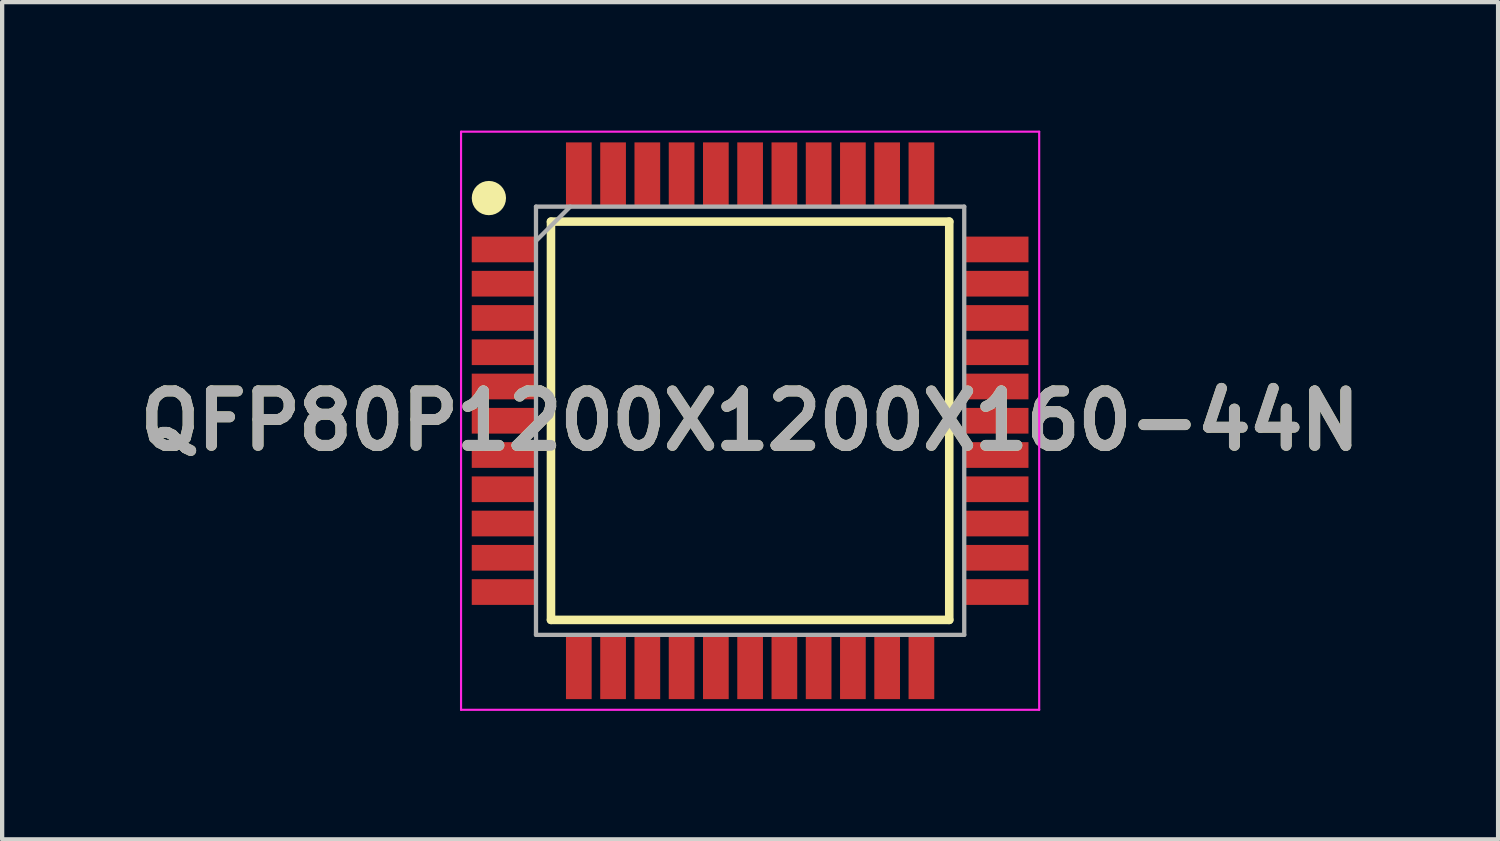
<source format=kicad_pcb>
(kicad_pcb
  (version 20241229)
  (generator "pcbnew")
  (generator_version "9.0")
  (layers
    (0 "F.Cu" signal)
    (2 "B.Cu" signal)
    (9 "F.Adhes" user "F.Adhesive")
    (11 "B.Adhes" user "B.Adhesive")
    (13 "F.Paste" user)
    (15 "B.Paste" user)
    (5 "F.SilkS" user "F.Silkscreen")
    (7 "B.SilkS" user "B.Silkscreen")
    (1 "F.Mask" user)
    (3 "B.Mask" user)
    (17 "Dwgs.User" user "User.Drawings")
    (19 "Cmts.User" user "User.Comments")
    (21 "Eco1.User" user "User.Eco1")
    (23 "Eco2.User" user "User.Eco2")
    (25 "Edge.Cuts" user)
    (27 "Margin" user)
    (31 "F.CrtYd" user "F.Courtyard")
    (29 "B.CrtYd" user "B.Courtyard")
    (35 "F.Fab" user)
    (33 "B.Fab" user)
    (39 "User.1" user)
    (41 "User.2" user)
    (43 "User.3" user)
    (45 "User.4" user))
  (footprint "QFP80P1200X1200X160-44N"
    (layer "F.Cu")
    (at 14.466 6.775)
    (property "Reference" "QFP80P1200X1200X160-44N" (at 0 0 0) (layer "F.SilkS") (effects (font (size 1.27 1.27) (thickness 0.254))))
    (attr smd)
    (fp_line (start -4.65 -4.65) (end 4.65 -4.65) (stroke (width 0.2) (type solid)) (layer "F.SilkS"))
    (fp_line (start -4.65 4.65) (end -4.65 -4.65) (stroke (width 0.2) (type solid)) (layer "F.SilkS"))
    (fp_line (start 4.65 -4.65) (end 4.65 4.65) (stroke (width 0.2) (type solid)) (layer "F.SilkS"))
    (fp_line (start 4.65 4.65) (end -4.65 4.65) (stroke (width 0.2) (type solid)) (layer "F.SilkS"))
    (fp_circle (center -6.1 -5.2) (end -6.1 -5) (stroke (width 0.4) (type solid)) (fill no) (layer "F.SilkS"))
    (fp_line (start -6.75 -6.75) (end 6.75 -6.75) (stroke (width 0.05) (type solid)) (layer "F.CrtYd"))
    (fp_line (start -6.75 6.75) (end -6.75 -6.75) (stroke (width 0.05) (type solid)) (layer "F.CrtYd"))
    (fp_line (start 6.75 -6.75) (end 6.75 6.75) (stroke (width 0.05) (type solid)) (layer "F.CrtYd"))
    (fp_line (start 6.75 6.75) (end -6.75 6.75) (stroke (width 0.05) (type solid)) (layer "F.CrtYd"))
    (fp_line (start -5 -5) (end 5 -5) (stroke (width 0.1) (type solid)) (layer "F.Fab"))
    (fp_line (start -5 -4.2) (end -4.2 -5) (stroke (width 0.1) (type solid)) (layer "F.Fab"))
    (fp_line (start -5 5) (end -5 -5) (stroke (width 0.1) (type solid)) (layer "F.Fab"))
    (fp_line (start 5 -5) (end 5 5) (stroke (width 0.1) (type solid)) (layer "F.Fab"))
    (fp_line (start 5 5) (end -5 5) (stroke (width 0.1) (type solid)) (layer "F.Fab"))
    (fp_text user "${REFERENCE}" (at 0 0 0) (layer "F.Fab") (effects (font (size 1.27 1.27) (thickness 0.254))))
    (pad "1" smd rect (at -5.75 -4 90) (size 0.6 1.5) (layers "F.Cu" "F.Mask" "F.Paste"))
    (pad "2" smd rect (at -5.75 -3.2 90) (size 0.6 1.5) (layers "F.Cu" "F.Mask" "F.Paste"))
    (pad "3" smd rect (at -5.75 -2.4 90) (size 0.6 1.5) (layers "F.Cu" "F.Mask" "F.Paste"))
    (pad "4" smd rect (at -5.75 -1.6 90) (size 0.6 1.5) (layers "F.Cu" "F.Mask" "F.Paste"))
    (pad "5" smd rect (at -5.75 -0.8 90) (size 0.6 1.5) (layers "F.Cu" "F.Mask" "F.Paste"))
    (pad "6" smd rect (at -5.75 0 90) (size 0.6 1.5) (layers "F.Cu" "F.Mask" "F.Paste"))
    (pad "7" smd rect (at -5.75 0.8 90) (size 0.6 1.5) (layers "F.Cu" "F.Mask" "F.Paste"))
    (pad "8" smd rect (at -5.75 1.6 90) (size 0.6 1.5) (layers "F.Cu" "F.Mask" "F.Paste"))
    (pad "9" smd rect (at -5.75 2.4 90) (size 0.6 1.5) (layers "F.Cu" "F.Mask" "F.Paste"))
    (pad "10" smd rect (at -5.75 3.2 90) (size 0.6 1.5) (layers "F.Cu" "F.Mask" "F.Paste"))
    (pad "11" smd rect (at -5.75 4 90) (size 0.6 1.5) (layers "F.Cu" "F.Mask" "F.Paste"))
    (pad "12" smd rect (at -4 5.75) (size 0.6 1.5) (layers "F.Cu" "F.Mask" "F.Paste"))
    (pad "13" smd rect (at -3.2 5.75) (size 0.6 1.5) (layers "F.Cu" "F.Mask" "F.Paste"))
    (pad "14" smd rect (at -2.4 5.75) (size 0.6 1.5) (layers "F.Cu" "F.Mask" "F.Paste"))
    (pad "15" smd rect (at -1.6 5.75) (size 0.6 1.5) (layers "F.Cu" "F.Mask" "F.Paste"))
    (pad "16" smd rect (at -0.8 5.75) (size 0.6 1.5) (layers "F.Cu" "F.Mask" "F.Paste"))
    (pad "17" smd rect (at 0 5.75) (size 0.6 1.5) (layers "F.Cu" "F.Mask" "F.Paste"))
    (pad "18" smd rect (at 0.8 5.75) (size 0.6 1.5) (layers "F.Cu" "F.Mask" "F.Paste"))
    (pad "19" smd rect (at 1.6 5.75) (size 0.6 1.5) (layers "F.Cu" "F.Mask" "F.Paste"))
    (pad "20" smd rect (at 2.4 5.75) (size 0.6 1.5) (layers "F.Cu" "F.Mask" "F.Paste"))
    (pad "21" smd rect (at 3.2 5.75) (size 0.6 1.5) (layers "F.Cu" "F.Mask" "F.Paste"))
    (pad "22" smd rect (at 4 5.75) (size 0.6 1.5) (layers "F.Cu" "F.Mask" "F.Paste"))
    (pad "23" smd rect (at 5.75 4 90) (size 0.6 1.5) (layers "F.Cu" "F.Mask" "F.Paste"))
    (pad "24" smd rect (at 5.75 3.2 90) (size 0.6 1.5) (layers "F.Cu" "F.Mask" "F.Paste"))
    (pad "25" smd rect (at 5.75 2.4 90) (size 0.6 1.5) (layers "F.Cu" "F.Mask" "F.Paste"))
    (pad "26" smd rect (at 5.75 1.6 90) (size 0.6 1.5) (layers "F.Cu" "F.Mask" "F.Paste"))
    (pad "27" smd rect (at 5.75 0.8 90) (size 0.6 1.5) (layers "F.Cu" "F.Mask" "F.Paste"))
    (pad "28" smd rect (at 5.75 0 90) (size 0.6 1.5) (layers "F.Cu" "F.Mask" "F.Paste"))
    (pad "29" smd rect (at 5.75 -0.8 90) (size 0.6 1.5) (layers "F.Cu" "F.Mask" "F.Paste"))
    (pad "30" smd rect (at 5.75 -1.6 90) (size 0.6 1.5) (layers "F.Cu" "F.Mask" "F.Paste"))
    (pad "31" smd rect (at 5.75 -2.4 90) (size 0.6 1.5) (layers "F.Cu" "F.Mask" "F.Paste"))
    (pad "32" smd rect (at 5.75 -3.2 90) (size 0.6 1.5) (layers "F.Cu" "F.Mask" "F.Paste"))
    (pad "33" smd rect (at 5.75 -4 90) (size 0.6 1.5) (layers "F.Cu" "F.Mask" "F.Paste"))
    (pad "34" smd rect (at 4 -5.75) (size 0.6 1.5) (layers "F.Cu" "F.Mask" "F.Paste"))
    (pad "35" smd rect (at 3.2 -5.75) (size 0.6 1.5) (layers "F.Cu" "F.Mask" "F.Paste"))
    (pad "36" smd rect (at 2.4 -5.75) (size 0.6 1.5) (layers "F.Cu" "F.Mask" "F.Paste"))
    (pad "37" smd rect (at 1.6 -5.75) (size 0.6 1.5) (layers "F.Cu" "F.Mask" "F.Paste"))
    (pad "38" smd rect (at 0.8 -5.75) (size 0.6 1.5) (layers "F.Cu" "F.Mask" "F.Paste"))
    (pad "39" smd rect (at 0 -5.75) (size 0.6 1.5) (layers "F.Cu" "F.Mask" "F.Paste"))
    (pad "40" smd rect (at -0.8 -5.75) (size 0.6 1.5) (layers "F.Cu" "F.Mask" "F.Paste"))
    (pad "41" smd rect (at -1.6 -5.75) (size 0.6 1.5) (layers "F.Cu" "F.Mask" "F.Paste"))
    (pad "42" smd rect (at -2.4 -5.75) (size 0.6 1.5) (layers "F.Cu" "F.Mask" "F.Paste"))
    (pad "43" smd rect (at -3.2 -5.75) (size 0.6 1.5) (layers "F.Cu" "F.Mask" "F.Paste"))
    (pad "44" smd rect (at -4 -5.75) (size 0.6 1.5) (layers "F.Cu" "F.Mask" "F.Paste")))
  (gr_rect
    (start -3 -3)
    (end 31.932 16.55)
    (stroke (width 0.1) (type default))
    (fill no)
    (layer "Edge.Cuts")))
</source>
